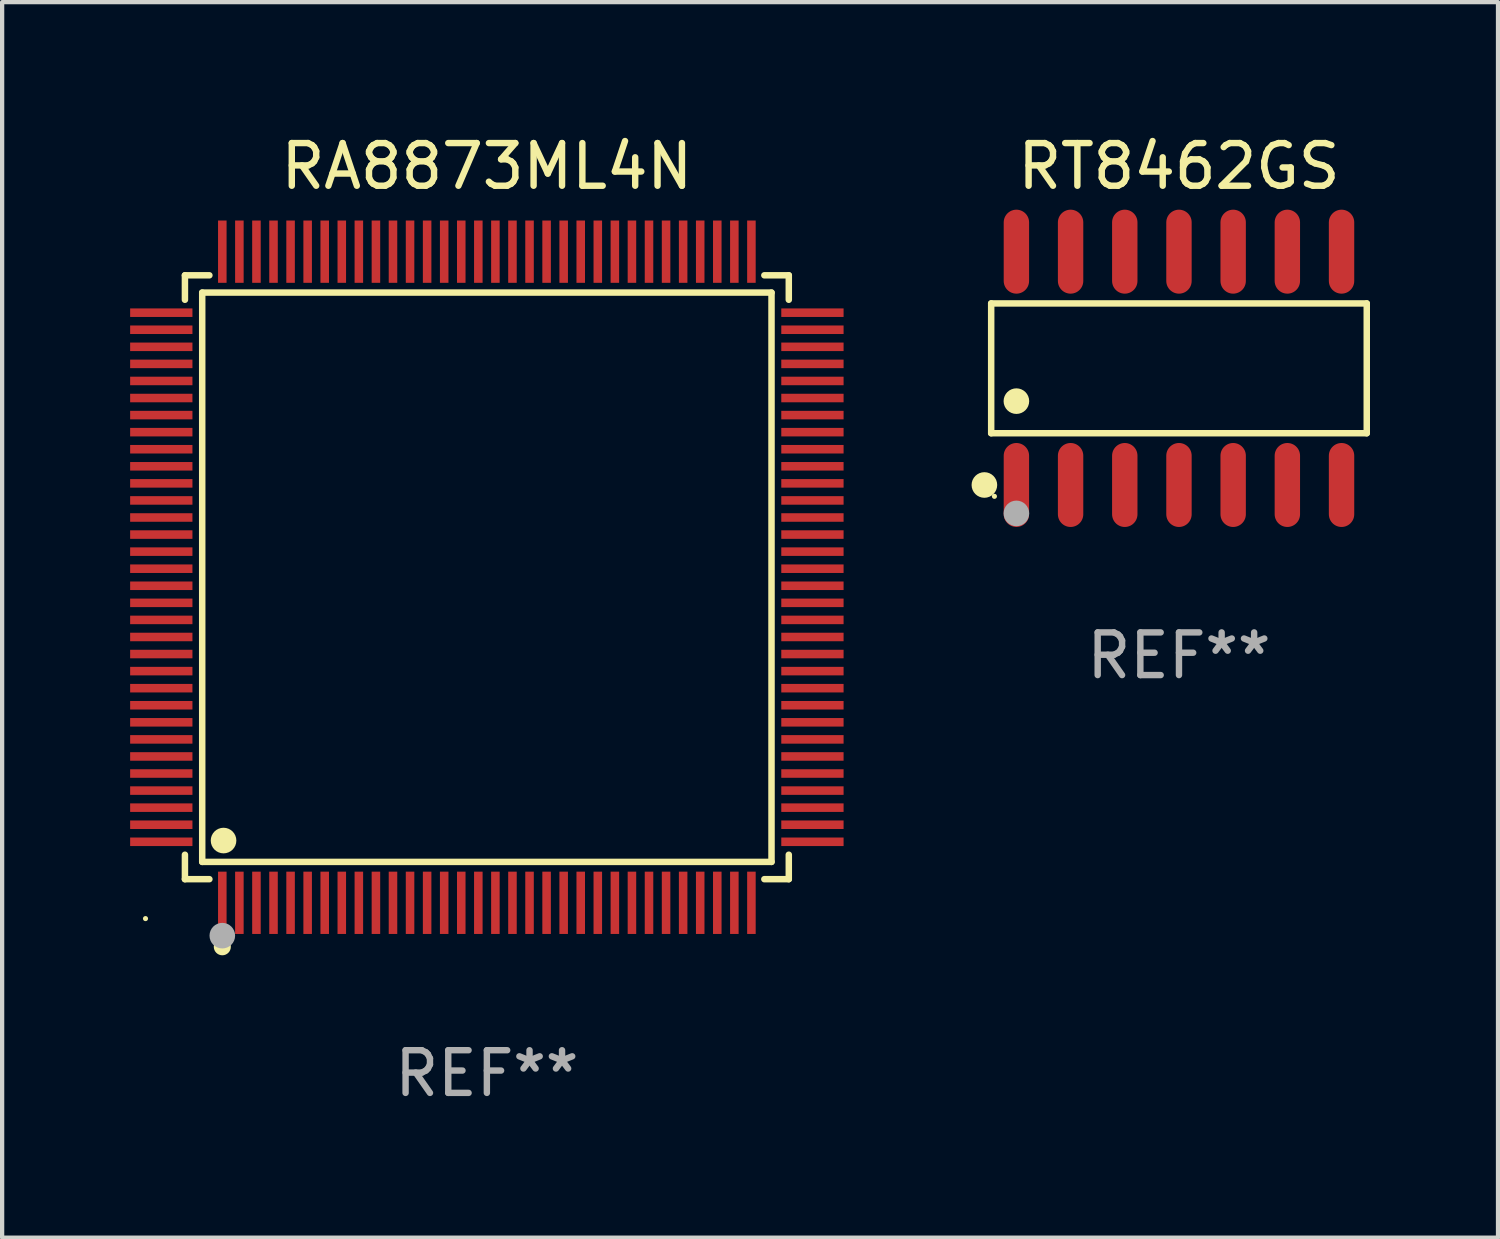
<source format=kicad_pcb>
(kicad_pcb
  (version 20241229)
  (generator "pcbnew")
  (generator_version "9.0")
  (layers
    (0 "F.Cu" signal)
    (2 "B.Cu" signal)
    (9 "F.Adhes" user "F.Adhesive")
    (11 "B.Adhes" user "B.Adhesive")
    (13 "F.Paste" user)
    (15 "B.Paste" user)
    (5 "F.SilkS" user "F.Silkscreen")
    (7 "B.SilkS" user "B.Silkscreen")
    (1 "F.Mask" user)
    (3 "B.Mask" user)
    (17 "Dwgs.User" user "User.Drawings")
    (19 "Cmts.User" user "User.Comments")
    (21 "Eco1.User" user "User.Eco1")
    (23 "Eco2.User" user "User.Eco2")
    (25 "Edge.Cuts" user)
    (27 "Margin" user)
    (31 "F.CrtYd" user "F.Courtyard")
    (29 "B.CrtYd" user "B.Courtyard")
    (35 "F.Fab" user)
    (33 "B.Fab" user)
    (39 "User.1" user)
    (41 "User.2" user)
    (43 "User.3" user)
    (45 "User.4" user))
  (footprint "RA8873ML4N"
    (layer "F.Cu")
    (at 8.36 10.478)
    (property "Reference" "RA8873ML4N" (at 0 -9.63 0) (layer "F.SilkS") (effects (font (size 1 1) (thickness 0.15))))
    (attr through_hole)
    (fp_line (start -7.076 -7.076) (end -6.503 -7.076) (stroke (width 0.152) (type solid)) (layer "F.SilkS"))
    (fp_line (start -7.076 -6.503) (end -7.076 -7.076) (stroke (width 0.152) (type solid)) (layer "F.SilkS"))
    (fp_line (start -7.076 6.503) (end -7.076 7.076) (stroke (width 0.152) (type solid)) (layer "F.SilkS"))
    (fp_line (start -7.076 7.076) (end -6.503 7.076) (stroke (width 0.152) (type solid)) (layer "F.SilkS"))
    (fp_line (start -6.671 -6.671) (end 6.671 -6.671) (stroke (width 0.152) (type solid)) (layer "F.SilkS"))
    (fp_line (start -6.671 6.671) (end -6.671 -6.671) (stroke (width 0.152) (type solid)) (layer "F.SilkS"))
    (fp_line (start 6.671 -6.671) (end 6.671 6.671) (stroke (width 0.152) (type solid)) (layer "F.SilkS"))
    (fp_line (start 6.671 6.671) (end -6.671 6.671) (stroke (width 0.152) (type solid)) (layer "F.SilkS"))
    (fp_line (start 7.076 -7.076) (end 6.503 -7.076) (stroke (width 0.152) (type solid)) (layer "F.SilkS"))
    (fp_line (start 7.076 -6.503) (end 7.076 -7.076) (stroke (width 0.152) (type solid)) (layer "F.SilkS"))
    (fp_line (start 7.076 6.503) (end 7.076 7.076) (stroke (width 0.152) (type solid)) (layer "F.SilkS"))
    (fp_line (start 7.076 7.076) (end 6.503 7.076) (stroke (width 0.152) (type solid)) (layer "F.SilkS"))
    (fp_circle (center -8 8) (end -7.97 8) (stroke (width 0.06) (type solid)) (fill no) (layer "F.SilkS"))
    (fp_circle (center -6.2 8.66) (end -6.1 8.66) (stroke (width 0.2) (type solid)) (fill no) (layer "F.SilkS"))
    (fp_circle (center -6.171 6.171) (end -6.021 6.171) (stroke (width 0.3) (type solid)) (fill no) (layer "F.SilkS"))
    (fp_circle (center -6.2 8.4) (end -6.05 8.4) (stroke (width 0.3) (type solid)) (fill no) (layer "F.Fab"))
    (fp_text user "REF**" (at 0 11.63 0) (layer "F.Fab") (effects (font (size 1 1) (thickness 0.15))))
    (pad "1" smd rect (at -6.2 7.63) (size 0.2 1.46) (layers "F.Cu" "F.Mask" "F.Paste"))
    (pad "2" smd rect (at -5.8 7.63) (size 0.2 1.46) (layers "F.Cu" "F.Mask" "F.Paste"))
    (pad "3" smd rect (at -5.4 7.63) (size 0.2 1.46) (layers "F.Cu" "F.Mask" "F.Paste"))
    (pad "4" smd rect (at -5 7.63) (size 0.2 1.46) (layers "F.Cu" "F.Mask" "F.Paste"))
    (pad "5" smd rect (at -4.6 7.63) (size 0.2 1.46) (layers "F.Cu" "F.Mask" "F.Paste"))
    (pad "6" smd rect (at -4.2 7.63) (size 0.2 1.46) (layers "F.Cu" "F.Mask" "F.Paste"))
    (pad "7" smd rect (at -3.8 7.63) (size 0.2 1.46) (layers "F.Cu" "F.Mask" "F.Paste"))
    (pad "8" smd rect (at -3.4 7.63) (size 0.2 1.46) (layers "F.Cu" "F.Mask" "F.Paste"))
    (pad "9" smd rect (at -3 7.63) (size 0.2 1.46) (layers "F.Cu" "F.Mask" "F.Paste"))
    (pad "10" smd rect (at -2.6 7.63) (size 0.2 1.46) (layers "F.Cu" "F.Mask" "F.Paste"))
    (pad "11" smd rect (at -2.2 7.63) (size 0.2 1.46) (layers "F.Cu" "F.Mask" "F.Paste"))
    (pad "12" smd rect (at -1.8 7.63) (size 0.2 1.46) (layers "F.Cu" "F.Mask" "F.Paste"))
    (pad "13" smd rect (at -1.4 7.63) (size 0.2 1.46) (layers "F.Cu" "F.Mask" "F.Paste"))
    (pad "14" smd rect (at -1 7.63) (size 0.2 1.46) (layers "F.Cu" "F.Mask" "F.Paste"))
    (pad "15" smd rect (at -0.6 7.63) (size 0.2 1.46) (layers "F.Cu" "F.Mask" "F.Paste"))
    (pad "16" smd rect (at -0.2 7.63) (size 0.2 1.46) (layers "F.Cu" "F.Mask" "F.Paste"))
    (pad "17" smd rect (at 0.2 7.63) (size 0.2 1.46) (layers "F.Cu" "F.Mask" "F.Paste"))
    (pad "18" smd rect (at 0.6 7.63) (size 0.2 1.46) (layers "F.Cu" "F.Mask" "F.Paste"))
    (pad "19" smd rect (at 1 7.63) (size 0.2 1.46) (layers "F.Cu" "F.Mask" "F.Paste"))
    (pad "20" smd rect (at 1.4 7.63) (size 0.2 1.46) (layers "F.Cu" "F.Mask" "F.Paste"))
    (pad "21" smd rect (at 1.8 7.63) (size 0.2 1.46) (layers "F.Cu" "F.Mask" "F.Paste"))
    (pad "22" smd rect (at 2.2 7.63) (size 0.2 1.46) (layers "F.Cu" "F.Mask" "F.Paste"))
    (pad "23" smd rect (at 2.6 7.63) (size 0.2 1.46) (layers "F.Cu" "F.Mask" "F.Paste"))
    (pad "24" smd rect (at 3 7.63) (size 0.2 1.46) (layers "F.Cu" "F.Mask" "F.Paste"))
    (pad "25" smd rect (at 3.4 7.63) (size 0.2 1.46) (layers "F.Cu" "F.Mask" "F.Paste"))
    (pad "26" smd rect (at 3.8 7.63) (size 0.2 1.46) (layers "F.Cu" "F.Mask" "F.Paste"))
    (pad "27" smd rect (at 4.2 7.63) (size 0.2 1.46) (layers "F.Cu" "F.Mask" "F.Paste"))
    (pad "28" smd rect (at 4.6 7.63) (size 0.2 1.46) (layers "F.Cu" "F.Mask" "F.Paste"))
    (pad "29" smd rect (at 5 7.63) (size 0.2 1.46) (layers "F.Cu" "F.Mask" "F.Paste"))
    (pad "30" smd rect (at 5.4 7.63) (size 0.2 1.46) (layers "F.Cu" "F.Mask" "F.Paste"))
    (pad "31" smd rect (at 5.8 7.63) (size 0.2 1.46) (layers "F.Cu" "F.Mask" "F.Paste"))
    (pad "32" smd rect (at 6.2 7.63) (size 0.2 1.46) (layers "F.Cu" "F.Mask" "F.Paste"))
    (pad "33" smd rect (at 7.63 6.2) (size 1.46 0.2) (layers "F.Cu" "F.Mask" "F.Paste"))
    (pad "34" smd rect (at 7.63 5.8) (size 1.46 0.2) (layers "F.Cu" "F.Mask" "F.Paste"))
    (pad "35" smd rect (at 7.63 5.4) (size 1.46 0.2) (layers "F.Cu" "F.Mask" "F.Paste"))
    (pad "36" smd rect (at 7.63 5) (size 1.46 0.2) (layers "F.Cu" "F.Mask" "F.Paste"))
    (pad "37" smd rect (at 7.63 4.6) (size 1.46 0.2) (layers "F.Cu" "F.Mask" "F.Paste"))
    (pad "38" smd rect (at 7.63 4.2) (size 1.46 0.2) (layers "F.Cu" "F.Mask" "F.Paste"))
    (pad "39" smd rect (at 7.63 3.8) (size 1.46 0.2) (layers "F.Cu" "F.Mask" "F.Paste"))
    (pad "40" smd rect (at 7.63 3.4) (size 1.46 0.2) (layers "F.Cu" "F.Mask" "F.Paste"))
    (pad "41" smd rect (at 7.63 3) (size 1.46 0.2) (layers "F.Cu" "F.Mask" "F.Paste"))
    (pad "42" smd rect (at 7.63 2.6) (size 1.46 0.2) (layers "F.Cu" "F.Mask" "F.Paste"))
    (pad "43" smd rect (at 7.63 2.2) (size 1.46 0.2) (layers "F.Cu" "F.Mask" "F.Paste"))
    (pad "44" smd rect (at 7.63 1.8) (size 1.46 0.2) (layers "F.Cu" "F.Mask" "F.Paste"))
    (pad "45" smd rect (at 7.63 1.4) (size 1.46 0.2) (layers "F.Cu" "F.Mask" "F.Paste"))
    (pad "46" smd rect (at 7.63 1) (size 1.46 0.2) (layers "F.Cu" "F.Mask" "F.Paste"))
    (pad "47" smd rect (at 7.63 0.6) (size 1.46 0.2) (layers "F.Cu" "F.Mask" "F.Paste"))
    (pad "48" smd rect (at 7.63 0.2) (size 1.46 0.2) (layers "F.Cu" "F.Mask" "F.Paste"))
    (pad "49" smd rect (at 7.63 -0.2) (size 1.46 0.2) (layers "F.Cu" "F.Mask" "F.Paste"))
    (pad "50" smd rect (at 7.63 -0.6) (size 1.46 0.2) (layers "F.Cu" "F.Mask" "F.Paste"))
    (pad "51" smd rect (at 7.63 -1) (size 1.46 0.2) (layers "F.Cu" "F.Mask" "F.Paste"))
    (pad "52" smd rect (at 7.63 -1.4) (size 1.46 0.2) (layers "F.Cu" "F.Mask" "F.Paste"))
    (pad "53" smd rect (at 7.63 -1.8) (size 1.46 0.2) (layers "F.Cu" "F.Mask" "F.Paste"))
    (pad "54" smd rect (at 7.63 -2.2) (size 1.46 0.2) (layers "F.Cu" "F.Mask" "F.Paste"))
    (pad "55" smd rect (at 7.63 -2.6) (size 1.46 0.2) (layers "F.Cu" "F.Mask" "F.Paste"))
    (pad "56" smd rect (at 7.63 -3) (size 1.46 0.2) (layers "F.Cu" "F.Mask" "F.Paste"))
    (pad "57" smd rect (at 7.63 -3.4) (size 1.46 0.2) (layers "F.Cu" "F.Mask" "F.Paste"))
    (pad "58" smd rect (at 7.63 -3.8) (size 1.46 0.2) (layers "F.Cu" "F.Mask" "F.Paste"))
    (pad "59" smd rect (at 7.63 -4.2) (size 1.46 0.2) (layers "F.Cu" "F.Mask" "F.Paste"))
    (pad "60" smd rect (at 7.63 -4.6) (size 1.46 0.2) (layers "F.Cu" "F.Mask" "F.Paste"))
    (pad "61" smd rect (at 7.63 -5) (size 1.46 0.2) (layers "F.Cu" "F.Mask" "F.Paste"))
    (pad "62" smd rect (at 7.63 -5.4) (size 1.46 0.2) (layers "F.Cu" "F.Mask" "F.Paste"))
    (pad "63" smd rect (at 7.63 -5.8) (size 1.46 0.2) (layers "F.Cu" "F.Mask" "F.Paste"))
    (pad "64" smd rect (at 7.63 -6.2) (size 1.46 0.2) (layers "F.Cu" "F.Mask" "F.Paste"))
    (pad "65" smd rect (at 6.2 -7.63) (size 0.2 1.46) (layers "F.Cu" "F.Mask" "F.Paste"))
    (pad "66" smd rect (at 5.8 -7.63) (size 0.2 1.46) (layers "F.Cu" "F.Mask" "F.Paste"))
    (pad "67" smd rect (at 5.4 -7.63) (size 0.2 1.46) (layers "F.Cu" "F.Mask" "F.Paste"))
    (pad "68" smd rect (at 5 -7.63) (size 0.2 1.46) (layers "F.Cu" "F.Mask" "F.Paste"))
    (pad "69" smd rect (at 4.6 -7.63) (size 0.2 1.46) (layers "F.Cu" "F.Mask" "F.Paste"))
    (pad "70" smd rect (at 4.2 -7.63) (size 0.2 1.46) (layers "F.Cu" "F.Mask" "F.Paste"))
    (pad "71" smd rect (at 3.8 -7.63) (size 0.2 1.46) (layers "F.Cu" "F.Mask" "F.Paste"))
    (pad "72" smd rect (at 3.4 -7.63) (size 0.2 1.46) (layers "F.Cu" "F.Mask" "F.Paste"))
    (pad "73" smd rect (at 3 -7.63) (size 0.2 1.46) (layers "F.Cu" "F.Mask" "F.Paste"))
    (pad "74" smd rect (at 2.6 -7.63) (size 0.2 1.46) (layers "F.Cu" "F.Mask" "F.Paste"))
    (pad "75" smd rect (at 2.2 -7.63) (size 0.2 1.46) (layers "F.Cu" "F.Mask" "F.Paste"))
    (pad "76" smd rect (at 1.8 -7.63) (size 0.2 1.46) (layers "F.Cu" "F.Mask" "F.Paste"))
    (pad "77" smd rect (at 1.4 -7.63) (size 0.2 1.46) (layers "F.Cu" "F.Mask" "F.Paste"))
    (pad "78" smd rect (at 1 -7.63) (size 0.2 1.46) (layers "F.Cu" "F.Mask" "F.Paste"))
    (pad "79" smd rect (at 0.6 -7.63) (size 0.2 1.46) (layers "F.Cu" "F.Mask" "F.Paste"))
    (pad "80" smd rect (at 0.2 -7.63) (size 0.2 1.46) (layers "F.Cu" "F.Mask" "F.Paste"))
    (pad "81" smd rect (at -0.2 -7.63) (size 0.2 1.46) (layers "F.Cu" "F.Mask" "F.Paste"))
    (pad "82" smd rect (at -0.6 -7.63) (size 0.2 1.46) (layers "F.Cu" "F.Mask" "F.Paste"))
    (pad "83" smd rect (at -1 -7.63) (size 0.2 1.46) (layers "F.Cu" "F.Mask" "F.Paste"))
    (pad "84" smd rect (at -1.4 -7.63) (size 0.2 1.46) (layers "F.Cu" "F.Mask" "F.Paste"))
    (pad "85" smd rect (at -1.8 -7.63) (size 0.2 1.46) (layers "F.Cu" "F.Mask" "F.Paste"))
    (pad "86" smd rect (at -2.2 -7.63) (size 0.2 1.46) (layers "F.Cu" "F.Mask" "F.Paste"))
    (pad "87" smd rect (at -2.6 -7.63) (size 0.2 1.46) (layers "F.Cu" "F.Mask" "F.Paste"))
    (pad "88" smd rect (at -3 -7.63) (size 0.2 1.46) (layers "F.Cu" "F.Mask" "F.Paste"))
    (pad "89" smd rect (at -3.4 -7.63) (size 0.2 1.46) (layers "F.Cu" "F.Mask" "F.Paste"))
    (pad "90" smd rect (at -3.8 -7.63) (size 0.2 1.46) (layers "F.Cu" "F.Mask" "F.Paste"))
    (pad "91" smd rect (at -4.2 -7.63) (size 0.2 1.46) (layers "F.Cu" "F.Mask" "F.Paste"))
    (pad "92" smd rect (at -4.6 -7.63) (size 0.2 1.46) (layers "F.Cu" "F.Mask" "F.Paste"))
    (pad "93" smd rect (at -5 -7.63) (size 0.2 1.46) (layers "F.Cu" "F.Mask" "F.Paste"))
    (pad "94" smd rect (at -5.4 -7.63) (size 0.2 1.46) (layers "F.Cu" "F.Mask" "F.Paste"))
    (pad "95" smd rect (at -5.8 -7.63) (size 0.2 1.46) (layers "F.Cu" "F.Mask" "F.Paste"))
    (pad "96" smd rect (at -6.2 -7.63) (size 0.2 1.46) (layers "F.Cu" "F.Mask" "F.Paste"))
    (pad "97" smd rect (at -7.63 -6.2) (size 1.46 0.2) (layers "F.Cu" "F.Mask" "F.Paste"))
    (pad "98" smd rect (at -7.63 -5.8) (size 1.46 0.2) (layers "F.Cu" "F.Mask" "F.Paste"))
    (pad "99" smd rect (at -7.63 -5.4) (size 1.46 0.2) (layers "F.Cu" "F.Mask" "F.Paste"))
    (pad "100" smd rect (at -7.63 -5) (size 1.46 0.2) (layers "F.Cu" "F.Mask" "F.Paste"))
    (pad "101" smd rect (at -7.63 -4.6) (size 1.46 0.2) (layers "F.Cu" "F.Mask" "F.Paste"))
    (pad "102" smd rect (at -7.63 -4.2) (size 1.46 0.2) (layers "F.Cu" "F.Mask" "F.Paste"))
    (pad "103" smd rect (at -7.63 -3.8) (size 1.46 0.2) (layers "F.Cu" "F.Mask" "F.Paste"))
    (pad "104" smd rect (at -7.63 -3.4) (size 1.46 0.2) (layers "F.Cu" "F.Mask" "F.Paste"))
    (pad "105" smd rect (at -7.63 -3) (size 1.46 0.2) (layers "F.Cu" "F.Mask" "F.Paste"))
    (pad "106" smd rect (at -7.63 -2.6) (size 1.46 0.2) (layers "F.Cu" "F.Mask" "F.Paste"))
    (pad "107" smd rect (at -7.63 -2.2) (size 1.46 0.2) (layers "F.Cu" "F.Mask" "F.Paste"))
    (pad "108" smd rect (at -7.63 -1.8) (size 1.46 0.2) (layers "F.Cu" "F.Mask" "F.Paste"))
    (pad "109" smd rect (at -7.63 -1.4) (size 1.46 0.2) (layers "F.Cu" "F.Mask" "F.Paste"))
    (pad "110" smd rect (at -7.63 -1) (size 1.46 0.2) (layers "F.Cu" "F.Mask" "F.Paste"))
    (pad "111" smd rect (at -7.63 -0.6) (size 1.46 0.2) (layers "F.Cu" "F.Mask" "F.Paste"))
    (pad "112" smd rect (at -7.63 -0.2) (size 1.46 0.2) (layers "F.Cu" "F.Mask" "F.Paste"))
    (pad "113" smd rect (at -7.63 0.2) (size 1.46 0.2) (layers "F.Cu" "F.Mask" "F.Paste"))
    (pad "114" smd rect (at -7.63 0.6) (size 1.46 0.2) (layers "F.Cu" "F.Mask" "F.Paste"))
    (pad "115" smd rect (at -7.63 1) (size 1.46 0.2) (layers "F.Cu" "F.Mask" "F.Paste"))
    (pad "116" smd rect (at -7.63 1.4) (size 1.46 0.2) (layers "F.Cu" "F.Mask" "F.Paste"))
    (pad "117" smd rect (at -7.63 1.8) (size 1.46 0.2) (layers "F.Cu" "F.Mask" "F.Paste"))
    (pad "118" smd rect (at -7.63 2.2) (size 1.46 0.2) (layers "F.Cu" "F.Mask" "F.Paste"))
    (pad "119" smd rect (at -7.63 2.6) (size 1.46 0.2) (layers "F.Cu" "F.Mask" "F.Paste"))
    (pad "120" smd rect (at -7.63 3) (size 1.46 0.2) (layers "F.Cu" "F.Mask" "F.Paste"))
    (pad "121" smd rect (at -7.63 3.4) (size 1.46 0.2) (layers "F.Cu" "F.Mask" "F.Paste"))
    (pad "122" smd rect (at -7.63 3.8) (size 1.46 0.2) (layers "F.Cu" "F.Mask" "F.Paste"))
    (pad "123" smd rect (at -7.63 4.2) (size 1.46 0.2) (layers "F.Cu" "F.Mask" "F.Paste"))
    (pad "124" smd rect (at -7.63 4.6) (size 1.46 0.2) (layers "F.Cu" "F.Mask" "F.Paste"))
    (pad "125" smd rect (at -7.63 5) (size 1.46 0.2) (layers "F.Cu" "F.Mask" "F.Paste"))
    (pad "126" smd rect (at -7.63 5.4) (size 1.46 0.2) (layers "F.Cu" "F.Mask" "F.Paste"))
    (pad "127" smd rect (at -7.63 5.8) (size 1.46 0.2) (layers "F.Cu" "F.Mask" "F.Paste"))
    (pad "128" smd rect (at -7.63 6.2) (size 1.46 0.2) (layers "F.Cu" "F.Mask" "F.Paste")))
  (footprint "RT8462GS"
    (layer "F.Cu")
    (at 24.58 5.582)
    (property "Reference" "RT8462GS" (at 0 -4.734 0) (layer "F.SilkS") (effects (font (size 1 1) (thickness 0.15))))
    (attr through_hole)
    (fp_line (start -4.401 -1.521) (end 4.401 -1.521) (stroke (width 0.152) (type solid)) (layer "F.SilkS"))
    (fp_line (start -4.401 1.521) (end -4.401 -1.521) (stroke (width 0.152) (type solid)) (layer "F.SilkS"))
    (fp_line (start 4.401 -1.521) (end 4.401 1.521) (stroke (width 0.152) (type solid)) (layer "F.SilkS"))
    (fp_line (start 4.401 1.521) (end -4.401 1.521) (stroke (width 0.152) (type solid)) (layer "F.SilkS"))
    (fp_circle (center -4.56 2.734) (end -4.41 2.734) (stroke (width 0.3) (type solid)) (fill no) (layer "F.SilkS"))
    (fp_circle (center -4.325 3) (end -4.295 3) (stroke (width 0.06) (type solid)) (fill no) (layer "F.SilkS"))
    (fp_circle (center -3.81 0.769) (end -3.66 0.769) (stroke (width 0.3) (type solid)) (fill no) (layer "F.SilkS"))
    (fp_circle (center -3.81 3.4) (end -3.66 3.4) (stroke (width 0.3) (type solid)) (fill no) (layer "F.Fab"))
    (fp_text user "REF**" (at 0 6.734 0) (layer "F.Fab") (effects (font (size 1 1) (thickness 0.15))))
    (pad "1" smd oval (at -3.81 2.734) (size 0.595 1.968) (layers "F.Cu" "F.Mask" "F.Paste"))
    (pad "2" smd oval (at -2.54 2.734) (size 0.595 1.968) (layers "F.Cu" "F.Mask" "F.Paste"))
    (pad "3" smd oval (at -1.27 2.734) (size 0.595 1.968) (layers "F.Cu" "F.Mask" "F.Paste"))
    (pad "4" smd oval (at 0 2.734) (size 0.595 1.968) (layers "F.Cu" "F.Mask" "F.Paste"))
    (pad "5" smd oval (at 1.27 2.734) (size 0.595 1.968) (layers "F.Cu" "F.Mask" "F.Paste"))
    (pad "6" smd oval (at 2.54 2.734) (size 0.595 1.968) (layers "F.Cu" "F.Mask" "F.Paste"))
    (pad "7" smd oval (at 3.81 2.734) (size 0.595 1.968) (layers "F.Cu" "F.Mask" "F.Paste"))
    (pad "8" smd oval (at 3.81 -2.734) (size 0.595 1.968) (layers "F.Cu" "F.Mask" "F.Paste"))
    (pad "9" smd oval (at 2.54 -2.734) (size 0.595 1.968) (layers "F.Cu" "F.Mask" "F.Paste"))
    (pad "10" smd oval (at 1.27 -2.734) (size 0.595 1.968) (layers "F.Cu" "F.Mask" "F.Paste"))
    (pad "11" smd oval (at 0 -2.734) (size 0.595 1.968) (layers "F.Cu" "F.Mask" "F.Paste"))
    (pad "12" smd oval (at -1.27 -2.734) (size 0.595 1.968) (layers "F.Cu" "F.Mask" "F.Paste"))
    (pad "13" smd oval (at -2.54 -2.734) (size 0.595 1.968) (layers "F.Cu" "F.Mask" "F.Paste"))
    (pad "14" smd oval (at -3.81 -2.734) (size 0.595 1.968) (layers "F.Cu" "F.Mask" "F.Paste")))
  (gr_rect
    (start -3 -3)
    (end 32.057 25.956)
    (stroke (width 0.1) (type default))
    (fill no)
    (layer "Edge.Cuts")))
</source>
